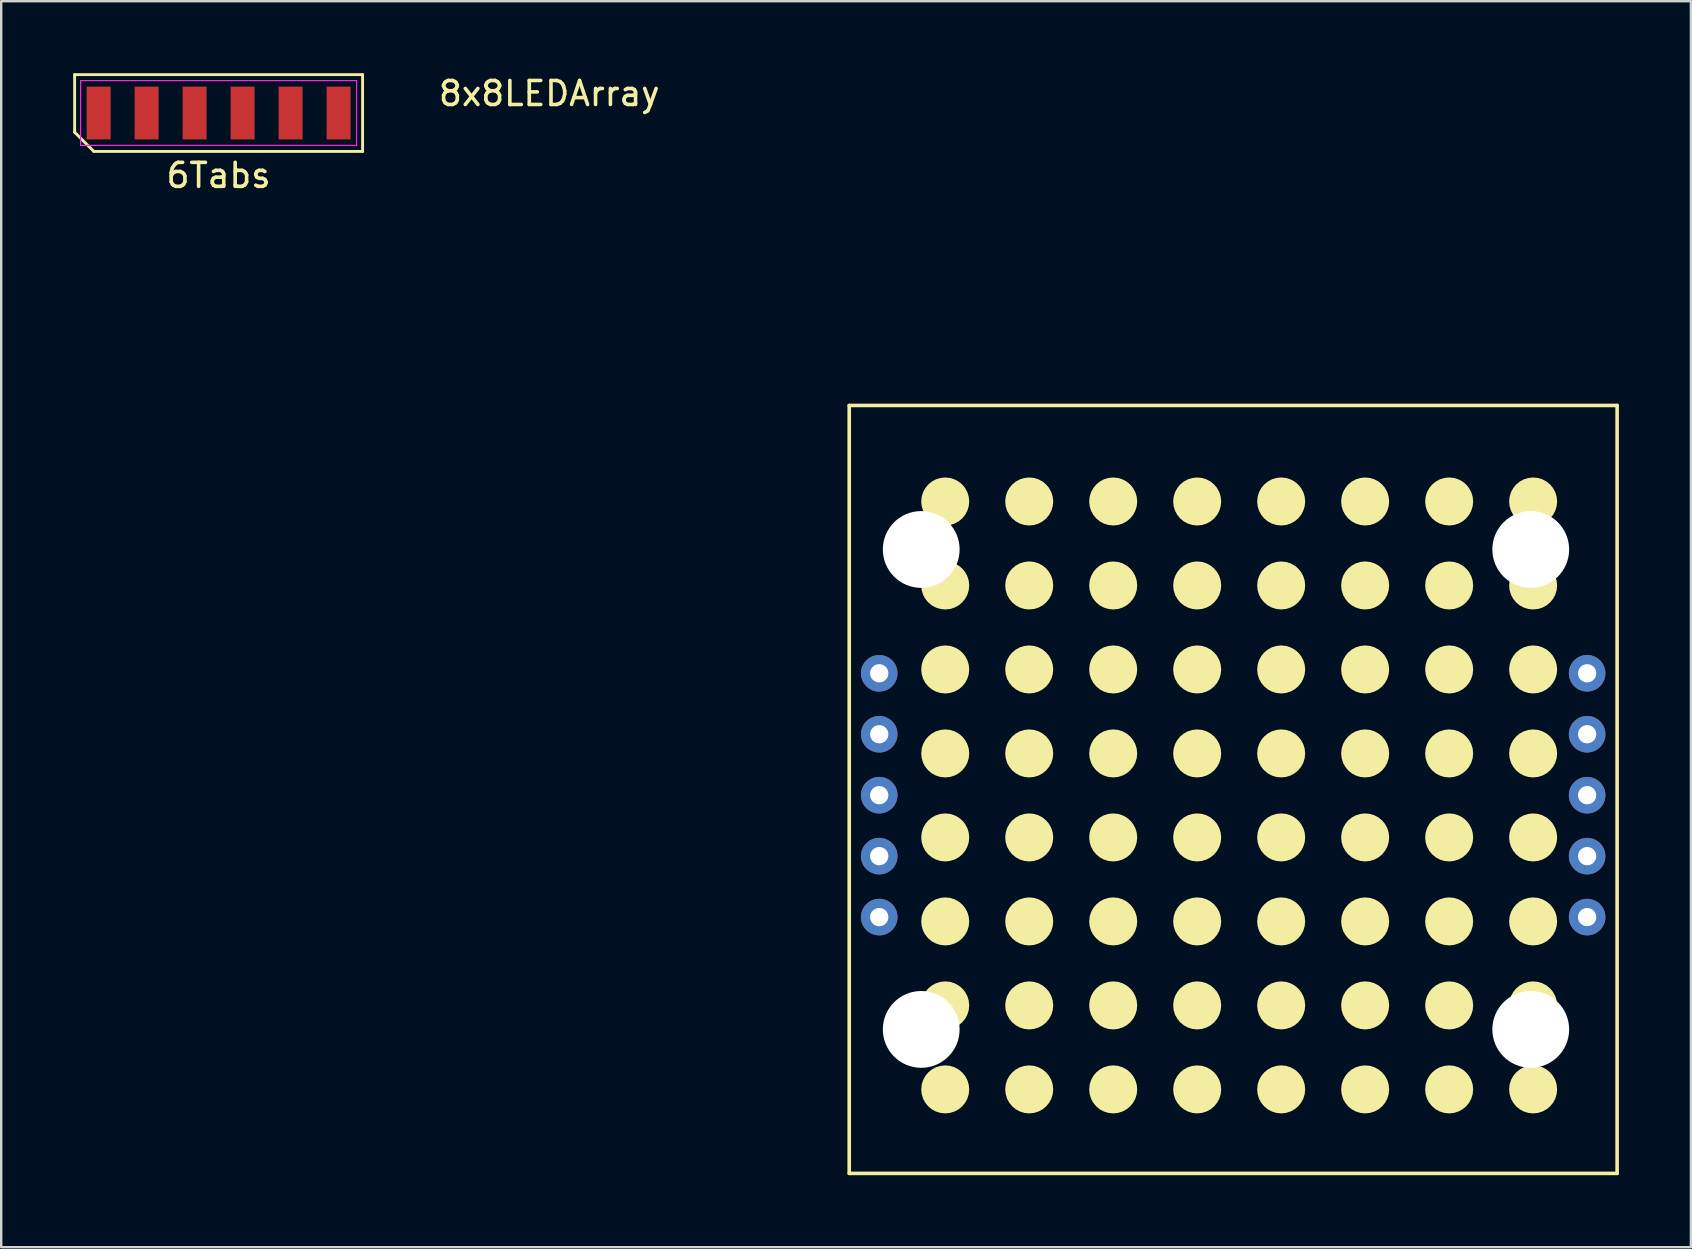
<source format=kicad_pcb>
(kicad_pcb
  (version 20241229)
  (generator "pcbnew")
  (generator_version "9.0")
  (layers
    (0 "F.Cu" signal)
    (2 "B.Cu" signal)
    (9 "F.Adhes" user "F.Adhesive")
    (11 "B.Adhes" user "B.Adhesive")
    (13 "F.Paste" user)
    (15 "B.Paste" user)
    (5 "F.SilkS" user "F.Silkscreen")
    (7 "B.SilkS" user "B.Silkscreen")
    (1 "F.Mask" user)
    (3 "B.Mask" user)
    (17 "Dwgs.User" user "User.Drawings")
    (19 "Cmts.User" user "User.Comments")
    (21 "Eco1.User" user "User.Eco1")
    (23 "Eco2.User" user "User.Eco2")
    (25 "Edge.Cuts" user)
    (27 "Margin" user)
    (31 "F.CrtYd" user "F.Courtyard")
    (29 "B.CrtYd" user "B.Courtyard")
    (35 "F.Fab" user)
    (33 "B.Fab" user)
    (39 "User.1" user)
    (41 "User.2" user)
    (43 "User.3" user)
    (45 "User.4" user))
  (footprint "8x8LEDArray"
    (layer "F.Cu")
    (at 32.34 13.848)
    (property "Reference" "8x8LEDArray" (at -12.5 -13 0) (layer "F.SilkS") (effects (font (size 1 1) (thickness 0.15))))
    (attr through_hole)
    (fp_line (start 0 0) (end 32 0) (stroke (width 0.15) (type solid)) (layer "F.SilkS"))
    (fp_line (start 0 32) (end 0 0) (stroke (width 0.15) (type solid)) (layer "F.SilkS"))
    (fp_line (start 32 0) (end 32 32) (stroke (width 0.15) (type solid)) (layer "F.SilkS"))
    (fp_line (start 32 32) (end 0 32) (stroke (width 0.15) (type solid)) (layer "F.SilkS"))
    (fp_circle (center 4 4) (end 4.5 4) (stroke (width 1) (type solid)) (fill no) (layer "F.SilkS"))
    (fp_circle (center 4 7.5) (end 4.5 7.5) (stroke (width 1) (type solid)) (fill no) (layer "F.SilkS"))
    (fp_circle (center 4 11) (end 4.5 11) (stroke (width 1) (type solid)) (fill no) (layer "F.SilkS"))
    (fp_circle (center 4 14.5) (end 4.5 14.5) (stroke (width 1) (type solid)) (fill no) (layer "F.SilkS"))
    (fp_circle (center 4 18) (end 4.5 18) (stroke (width 1) (type solid)) (fill no) (layer "F.SilkS"))
    (fp_circle (center 4 21.5) (end 4.5 21.5) (stroke (width 1) (type solid)) (fill no) (layer "F.SilkS"))
    (fp_circle (center 4 25) (end 4.5 25) (stroke (width 1) (type solid)) (fill no) (layer "F.SilkS"))
    (fp_circle (center 4 28.5) (end 4.5 28.5) (stroke (width 1) (type solid)) (fill no) (layer "F.SilkS"))
    (fp_circle (center 7.5 4) (end 8 4) (stroke (width 1) (type solid)) (fill no) (layer "F.SilkS"))
    (fp_circle (center 7.5 7.5) (end 8 7.5) (stroke (width 1) (type solid)) (fill no) (layer "F.SilkS"))
    (fp_circle (center 7.5 11) (end 8 11) (stroke (width 1) (type solid)) (fill no) (layer "F.SilkS"))
    (fp_circle (center 7.5 14.5) (end 8 14.5) (stroke (width 1) (type solid)) (fill no) (layer "F.SilkS"))
    (fp_circle (center 7.5 18) (end 8 18) (stroke (width 1) (type solid)) (fill no) (layer "F.SilkS"))
    (fp_circle (center 7.5 21.5) (end 8 21.5) (stroke (width 1) (type solid)) (fill no) (layer "F.SilkS"))
    (fp_circle (center 7.5 25) (end 8 25) (stroke (width 1) (type solid)) (fill no) (layer "F.SilkS"))
    (fp_circle (center 7.5 28.5) (end 8 28.5) (stroke (width 1) (type solid)) (fill no) (layer "F.SilkS"))
    (fp_circle (center 11 4) (end 11.5 4) (stroke (width 1) (type solid)) (fill no) (layer "F.SilkS"))
    (fp_circle (center 11 7.5) (end 11.5 7.5) (stroke (width 1) (type solid)) (fill no) (layer "F.SilkS"))
    (fp_circle (center 11 11) (end 11.5 11) (stroke (width 1) (type solid)) (fill no) (layer "F.SilkS"))
    (fp_circle (center 11 14.5) (end 11.5 14.5) (stroke (width 1) (type solid)) (fill no) (layer "F.SilkS"))
    (fp_circle (center 11 18) (end 11.5 18) (stroke (width 1) (type solid)) (fill no) (layer "F.SilkS"))
    (fp_circle (center 11 21.5) (end 11.5 21.5) (stroke (width 1) (type solid)) (fill no) (layer "F.SilkS"))
    (fp_circle (center 11 25) (end 11.5 25) (stroke (width 1) (type solid)) (fill no) (layer "F.SilkS"))
    (fp_circle (center 11 28.5) (end 11.5 28.5) (stroke (width 1) (type solid)) (fill no) (layer "F.SilkS"))
    (fp_circle (center 14.5 4) (end 15 4) (stroke (width 1) (type solid)) (fill no) (layer "F.SilkS"))
    (fp_circle (center 14.5 7.5) (end 15 7.5) (stroke (width 1) (type solid)) (fill no) (layer "F.SilkS"))
    (fp_circle (center 14.5 11) (end 15 11) (stroke (width 1) (type solid)) (fill no) (layer "F.SilkS"))
    (fp_circle (center 14.5 14.5) (end 15 14.5) (stroke (width 1) (type solid)) (fill no) (layer "F.SilkS"))
    (fp_circle (center 14.5 18) (end 15 18) (stroke (width 1) (type solid)) (fill no) (layer "F.SilkS"))
    (fp_circle (center 14.5 21.5) (end 15 21.5) (stroke (width 1) (type solid)) (fill no) (layer "F.SilkS"))
    (fp_circle (center 14.5 25) (end 15 25) (stroke (width 1) (type solid)) (fill no) (layer "F.SilkS"))
    (fp_circle (center 14.5 28.5) (end 15 28.5) (stroke (width 1) (type solid)) (fill no) (layer "F.SilkS"))
    (fp_circle (center 18 4) (end 18.5 4) (stroke (width 1) (type solid)) (fill no) (layer "F.SilkS"))
    (fp_circle (center 18 7.5) (end 18.5 7.5) (stroke (width 1) (type solid)) (fill no) (layer "F.SilkS"))
    (fp_circle (center 18 11) (end 18.5 11) (stroke (width 1) (type solid)) (fill no) (layer "F.SilkS"))
    (fp_circle (center 18 14.5) (end 18.5 14.5) (stroke (width 1) (type solid)) (fill no) (layer "F.SilkS"))
    (fp_circle (center 18 18) (end 18.5 18) (stroke (width 1) (type solid)) (fill no) (layer "F.SilkS"))
    (fp_circle (center 18 21.5) (end 18.5 21.5) (stroke (width 1) (type solid)) (fill no) (layer "F.SilkS"))
    (fp_circle (center 18 25) (end 18.5 25) (stroke (width 1) (type solid)) (fill no) (layer "F.SilkS"))
    (fp_circle (center 18 28.5) (end 18.5 28.5) (stroke (width 1) (type solid)) (fill no) (layer "F.SilkS"))
    (fp_circle (center 21.5 4) (end 22 4) (stroke (width 1) (type solid)) (fill no) (layer "F.SilkS"))
    (fp_circle (center 21.5 7.5) (end 22 7.5) (stroke (width 1) (type solid)) (fill no) (layer "F.SilkS"))
    (fp_circle (center 21.5 11) (end 22 11) (stroke (width 1) (type solid)) (fill no) (layer "F.SilkS"))
    (fp_circle (center 21.5 14.5) (end 22 14.5) (stroke (width 1) (type solid)) (fill no) (layer "F.SilkS"))
    (fp_circle (center 21.5 18) (end 22 18) (stroke (width 1) (type solid)) (fill no) (layer "F.SilkS"))
    (fp_circle (center 21.5 21.5) (end 22 21.5) (stroke (width 1) (type solid)) (fill no) (layer "F.SilkS"))
    (fp_circle (center 21.5 25) (end 22 25) (stroke (width 1) (type solid)) (fill no) (layer "F.SilkS"))
    (fp_circle (center 21.5 28.5) (end 22 28.5) (stroke (width 1) (type solid)) (fill no) (layer "F.SilkS"))
    (fp_circle (center 25 4) (end 25.5 4) (stroke (width 1) (type solid)) (fill no) (layer "F.SilkS"))
    (fp_circle (center 25 7.5) (end 25.5 7.5) (stroke (width 1) (type solid)) (fill no) (layer "F.SilkS"))
    (fp_circle (center 25 11) (end 25.5 11) (stroke (width 1) (type solid)) (fill no) (layer "F.SilkS"))
    (fp_circle (center 25 14.5) (end 25.5 14.5) (stroke (width 1) (type solid)) (fill no) (layer "F.SilkS"))
    (fp_circle (center 25 18) (end 25.5 18) (stroke (width 1) (type solid)) (fill no) (layer "F.SilkS"))
    (fp_circle (center 25 21.5) (end 25.5 21.5) (stroke (width 1) (type solid)) (fill no) (layer "F.SilkS"))
    (fp_circle (center 25 25) (end 25.5 25) (stroke (width 1) (type solid)) (fill no) (layer "F.SilkS"))
    (fp_circle (center 25 28.5) (end 25.5 28.5) (stroke (width 1) (type solid)) (fill no) (layer "F.SilkS"))
    (fp_circle (center 28.5 4) (end 29 4) (stroke (width 1) (type solid)) (fill no) (layer "F.SilkS"))
    (fp_circle (center 28.5 7.5) (end 29 7.5) (stroke (width 1) (type solid)) (fill no) (layer "F.SilkS"))
    (fp_circle (center 28.5 11) (end 29 11) (stroke (width 1) (type solid)) (fill no) (layer "F.SilkS"))
    (fp_circle (center 28.5 14.5) (end 29 14.5) (stroke (width 1) (type solid)) (fill no) (layer "F.SilkS"))
    (fp_circle (center 28.5 18) (end 29 18) (stroke (width 1) (type solid)) (fill no) (layer "F.SilkS"))
    (fp_circle (center 28.5 21.5) (end 29 21.5) (stroke (width 1) (type solid)) (fill no) (layer "F.SilkS"))
    (fp_circle (center 28.5 25) (end 29 25) (stroke (width 1) (type solid)) (fill no) (layer "F.SilkS"))
    (fp_circle (center 28.5 28.5) (end 29 28.5) (stroke (width 1) (type solid)) (fill no) (layer "F.SilkS"))
    (pad "" np_thru_hole circle (at 3 6) (size 3.2 3.2) (drill 3.2) (layers "*.Cu" "*.Mask"))
    (pad "" np_thru_hole circle (at 3 26) (size 3.2 3.2) (drill 3.2) (layers "*.Cu" "*.Mask"))
    (pad "" np_thru_hole circle (at 28.4 6) (size 3.2 3.2) (drill 3.2) (layers "*.Cu" "*.Mask"))
    (pad "" np_thru_hole circle (at 28.4 26) (size 3.2 3.2) (drill 3.2) (layers "*.Cu" "*.Mask"))
    (pad "1" thru_hole circle (at 1.25 11.16) (size 1.524 1.524) (drill 0.762) (layers "*.Cu" "*.Mask"))
    (pad "2" thru_hole circle (at 1.25 13.7) (size 1.524 1.524) (drill 0.762) (layers "*.Cu" "*.Mask"))
    (pad "3" thru_hole circle (at 1.25 16.24) (size 1.524 1.524) (drill 0.762) (layers "*.Cu" "*.Mask"))
    (pad "4" thru_hole circle (at 1.25 18.78) (size 1.524 1.524) (drill 0.762) (layers "*.Cu" "*.Mask"))
    (pad "5" thru_hole circle (at 1.25 21.32) (size 1.524 1.524) (drill 0.762) (layers "*.Cu" "*.Mask"))
    (pad "6" thru_hole circle (at 30.75 21.32) (size 1.524 1.524) (drill 0.762) (layers "*.Cu" "*.Mask"))
    (pad "7" thru_hole circle (at 30.75 18.78) (size 1.524 1.524) (drill 0.762) (layers "*.Cu" "*.Mask"))
    (pad "8" thru_hole circle (at 30.75 16.24) (size 1.524 1.524) (drill 0.762) (layers "*.Cu" "*.Mask"))
    (pad "9" thru_hole circle (at 30.75 13.7) (size 1.524 1.524) (drill 0.762) (layers "*.Cu" "*.Mask"))
    (pad "10" thru_hole circle (at 30.75 11.16) (size 1.524 1.524) (drill 0.762) (layers "*.Cu" "*.Mask")))
  (footprint "6Tabs"
    (layer "F.Cu")
    (at 6.06 1.66)
    (property "Reference" "6Tabs" (at 0 2.6 0) (layer "F.SilkS") (effects (font (size 1 1) (thickness 0.15))))
    (attr smd)
    (fp_line (start -6 -1.6) (end 6 -1.6) (stroke (width 0.12) (type solid)) (layer "F.SilkS"))
    (fp_line (start -6 0.8) (end -6 -1.6) (stroke (width 0.12) (type solid)) (layer "F.SilkS"))
    (fp_line (start -5.2 1.6) (end -6 0.8) (stroke (width 0.12) (type solid)) (layer "F.SilkS"))
    (fp_line (start 6 -1.6) (end 6 1.6) (stroke (width 0.12) (type solid)) (layer "F.SilkS"))
    (fp_line (start 6 1.6) (end -5.2 1.6) (stroke (width 0.12) (type solid)) (layer "F.SilkS"))
    (fp_line (start -5.75 -1.35) (end 5.75 -1.35) (stroke (width 0.05) (type solid)) (layer "F.CrtYd"))
    (fp_line (start -5.75 1.35) (end -5.75 -1.35) (stroke (width 0.05) (type solid)) (layer "F.CrtYd"))
    (fp_line (start 5.75 -1.35) (end 5.75 1.35) (stroke (width 0.05) (type solid)) (layer "F.CrtYd"))
    (fp_line (start 5.75 1.35) (end -5.75 1.35) (stroke (width 0.05) (type solid)) (layer "F.CrtYd"))
    (pad "1" smd rect (at -5 0) (size 1 2.2) (layers "F.Cu" "F.Mask" "F.Paste"))
    (pad "2" smd rect (at -3 0) (size 1 2.2) (layers "F.Cu" "F.Mask" "F.Paste"))
    (pad "3" smd rect (at -1 0) (size 1 2.2) (layers "F.Cu" "F.Mask" "F.Paste"))
    (pad "4" smd rect (at 1 0) (size 1 2.2) (layers "F.Cu" "F.Mask" "F.Paste"))
    (pad "5" smd rect (at 3 0) (size 1 2.2) (layers "F.Cu" "F.Mask" "F.Paste"))
    (pad "6" smd rect (at 5 0) (size 1 2.2) (layers "F.Cu" "F.Mask" "F.Paste")))
  (gr_rect
    (start -3 -3)
    (end 67.415 48.923)
    (stroke (width 0.1) (type default))
    (fill no)
    (layer "Edge.Cuts")))
</source>
